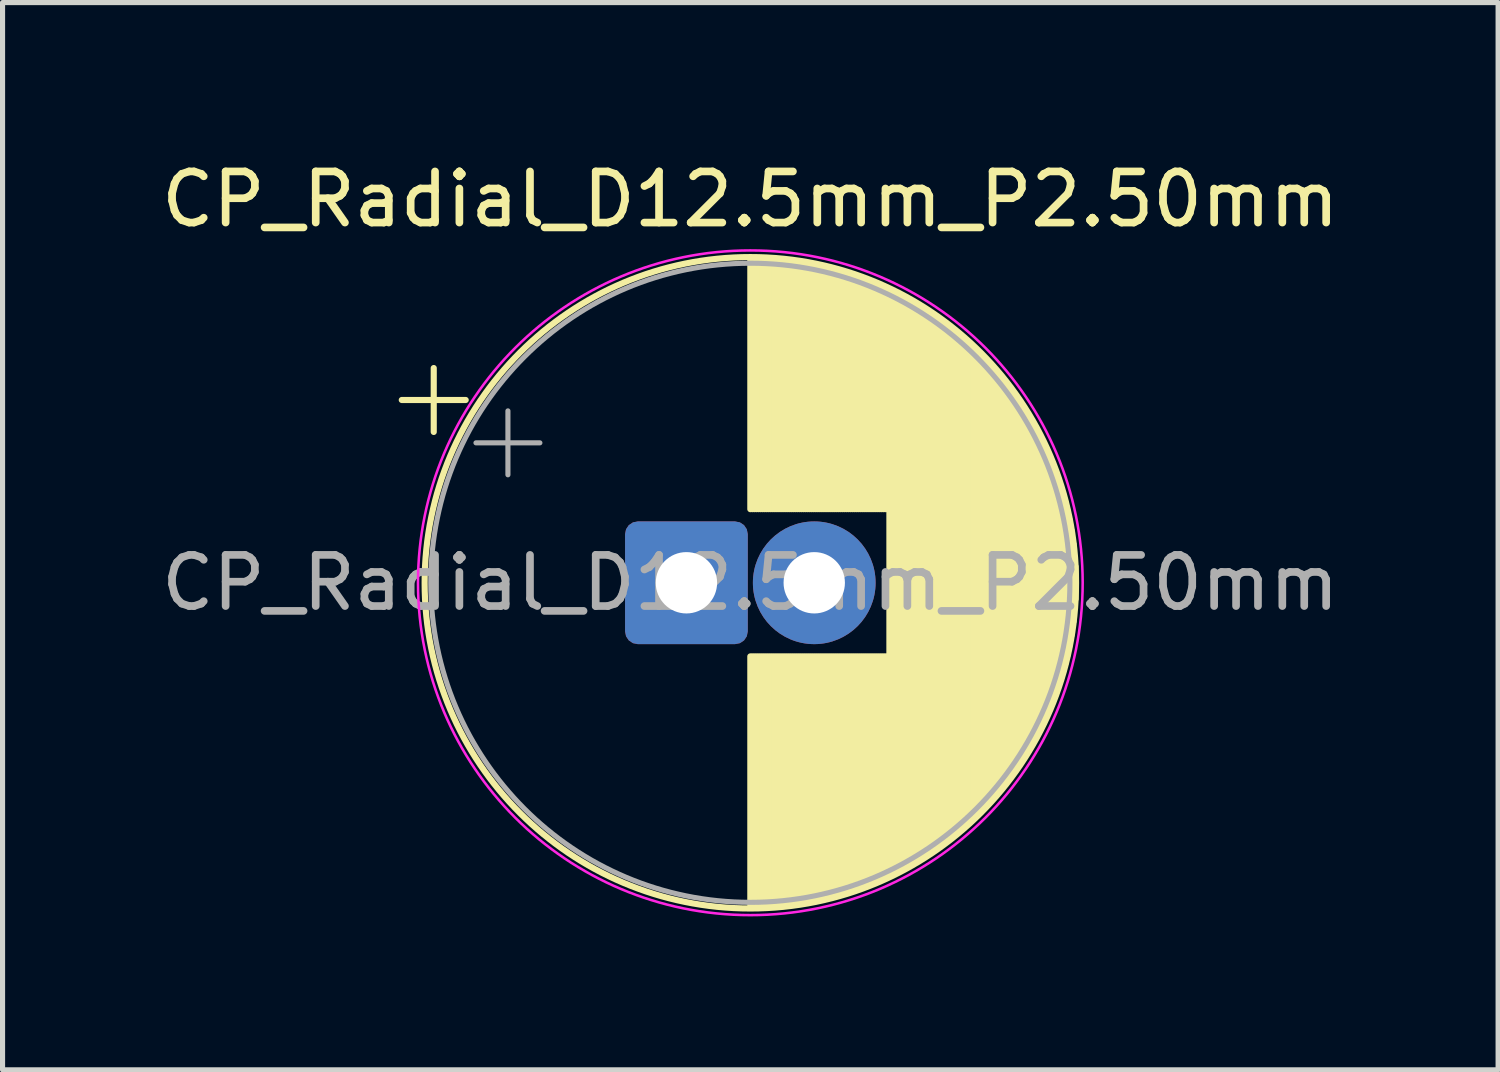
<source format=kicad_pcb>
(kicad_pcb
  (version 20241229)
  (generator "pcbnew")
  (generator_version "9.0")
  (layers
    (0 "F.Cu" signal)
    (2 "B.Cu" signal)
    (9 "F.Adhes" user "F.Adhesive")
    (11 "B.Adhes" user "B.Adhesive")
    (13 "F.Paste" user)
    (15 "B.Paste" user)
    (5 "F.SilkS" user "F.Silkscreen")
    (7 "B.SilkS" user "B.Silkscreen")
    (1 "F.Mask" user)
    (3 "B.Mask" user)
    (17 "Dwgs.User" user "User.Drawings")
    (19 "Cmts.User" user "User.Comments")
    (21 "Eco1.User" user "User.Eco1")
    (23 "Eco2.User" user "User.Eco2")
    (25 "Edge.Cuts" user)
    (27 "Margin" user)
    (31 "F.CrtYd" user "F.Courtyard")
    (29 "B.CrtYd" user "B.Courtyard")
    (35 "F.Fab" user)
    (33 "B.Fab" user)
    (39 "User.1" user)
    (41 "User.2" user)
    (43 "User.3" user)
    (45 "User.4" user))
  (footprint "CP_Radial_D12.5mm_P2.50mm"
    (layer "F.Cu")
    (at 10.375 8.348)
    (property "Reference" "CP_Radial_D12.5mm_P2.50mm" (at 1.25 -7.5 0) (layer "F.SilkS") (effects (font (size 1 1) (thickness 0.15))))
    (attr through_hole)
    (fp_line (start -5.567 -3.575) (end -4.317 -3.575) (stroke (width 0.12) (type solid)) (layer "F.SilkS"))
    (fp_line (start -4.942 -4.2) (end -4.942 -2.95) (stroke (width 0.12) (type solid)) (layer "F.SilkS"))
    (fp_line (start 1.25 -6.33) (end 1.25 -1.44) (stroke (width 0.12) (type solid)) (layer "F.SilkS"))
    (fp_line (start 1.25 1.44) (end 1.25 6.33) (stroke (width 0.12) (type solid)) (layer "F.SilkS"))
    (fp_line (start 1.29 -6.33) (end 1.29 -1.44) (stroke (width 0.12) (type solid)) (layer "F.SilkS"))
    (fp_line (start 1.29 1.44) (end 1.29 6.33) (stroke (width 0.12) (type solid)) (layer "F.SilkS"))
    (fp_line (start 1.33 -6.329) (end 1.33 -1.44) (stroke (width 0.12) (type solid)) (layer "F.SilkS"))
    (fp_line (start 1.33 1.44) (end 1.33 6.329) (stroke (width 0.12) (type solid)) (layer "F.SilkS"))
    (fp_line (start 1.37 -6.329) (end 1.37 -1.44) (stroke (width 0.12) (type solid)) (layer "F.SilkS"))
    (fp_line (start 1.37 1.44) (end 1.37 6.329) (stroke (width 0.12) (type solid)) (layer "F.SilkS"))
    (fp_line (start 1.41 -6.328) (end 1.41 -1.44) (stroke (width 0.12) (type solid)) (layer "F.SilkS"))
    (fp_line (start 1.41 1.44) (end 1.41 6.328) (stroke (width 0.12) (type solid)) (layer "F.SilkS"))
    (fp_line (start 1.45 -6.327) (end 1.45 -1.44) (stroke (width 0.12) (type solid)) (layer "F.SilkS"))
    (fp_line (start 1.45 1.44) (end 1.45 6.327) (stroke (width 0.12) (type solid)) (layer "F.SilkS"))
    (fp_line (start 1.49 -6.325) (end 1.49 -1.44) (stroke (width 0.12) (type solid)) (layer "F.SilkS"))
    (fp_line (start 1.49 1.44) (end 1.49 6.325) (stroke (width 0.12) (type solid)) (layer "F.SilkS"))
    (fp_line (start 1.53 -6.324) (end 1.53 -1.44) (stroke (width 0.12) (type solid)) (layer "F.SilkS"))
    (fp_line (start 1.53 1.44) (end 1.53 6.324) (stroke (width 0.12) (type solid)) (layer "F.SilkS"))
    (fp_line (start 1.57 -6.322) (end 1.57 -1.44) (stroke (width 0.12) (type solid)) (layer "F.SilkS"))
    (fp_line (start 1.57 1.44) (end 1.57 6.322) (stroke (width 0.12) (type solid)) (layer "F.SilkS"))
    (fp_line (start 1.61 -6.32) (end 1.61 -1.44) (stroke (width 0.12) (type solid)) (layer "F.SilkS"))
    (fp_line (start 1.61 1.44) (end 1.61 6.32) (stroke (width 0.12) (type solid)) (layer "F.SilkS"))
    (fp_line (start 1.65 -6.317) (end 1.65 -1.44) (stroke (width 0.12) (type solid)) (layer "F.SilkS"))
    (fp_line (start 1.65 1.44) (end 1.65 6.317) (stroke (width 0.12) (type solid)) (layer "F.SilkS"))
    (fp_line (start 1.69 -6.315) (end 1.69 -1.44) (stroke (width 0.12) (type solid)) (layer "F.SilkS"))
    (fp_line (start 1.69 1.44) (end 1.69 6.315) (stroke (width 0.12) (type solid)) (layer "F.SilkS"))
    (fp_line (start 1.73 -6.312) (end 1.73 -1.44) (stroke (width 0.12) (type solid)) (layer "F.SilkS"))
    (fp_line (start 1.73 1.44) (end 1.73 6.312) (stroke (width 0.12) (type solid)) (layer "F.SilkS"))
    (fp_line (start 1.77 -6.309) (end 1.77 -1.44) (stroke (width 0.12) (type solid)) (layer "F.SilkS"))
    (fp_line (start 1.77 1.44) (end 1.77 6.309) (stroke (width 0.12) (type solid)) (layer "F.SilkS"))
    (fp_line (start 1.81 -6.305) (end 1.81 -1.44) (stroke (width 0.12) (type solid)) (layer "F.SilkS"))
    (fp_line (start 1.81 1.44) (end 1.81 6.305) (stroke (width 0.12) (type solid)) (layer "F.SilkS"))
    (fp_line (start 1.85 -6.302) (end 1.85 -1.44) (stroke (width 0.12) (type solid)) (layer "F.SilkS"))
    (fp_line (start 1.85 1.44) (end 1.85 6.302) (stroke (width 0.12) (type solid)) (layer "F.SilkS"))
    (fp_line (start 1.89 -6.298) (end 1.89 -1.44) (stroke (width 0.12) (type solid)) (layer "F.SilkS"))
    (fp_line (start 1.89 1.44) (end 1.89 6.298) (stroke (width 0.12) (type solid)) (layer "F.SilkS"))
    (fp_line (start 1.93 -6.294) (end 1.93 -1.44) (stroke (width 0.12) (type solid)) (layer "F.SilkS"))
    (fp_line (start 1.93 1.44) (end 1.93 6.294) (stroke (width 0.12) (type solid)) (layer "F.SilkS"))
    (fp_line (start 1.97 -6.289) (end 1.97 -1.44) (stroke (width 0.12) (type solid)) (layer "F.SilkS"))
    (fp_line (start 1.97 1.44) (end 1.97 6.289) (stroke (width 0.12) (type solid)) (layer "F.SilkS"))
    (fp_line (start 2.01 -6.284) (end 2.01 -1.44) (stroke (width 0.12) (type solid)) (layer "F.SilkS"))
    (fp_line (start 2.01 1.44) (end 2.01 6.284) (stroke (width 0.12) (type solid)) (layer "F.SilkS"))
    (fp_line (start 2.05 -6.28) (end 2.05 -1.44) (stroke (width 0.12) (type solid)) (layer "F.SilkS"))
    (fp_line (start 2.05 1.44) (end 2.05 6.28) (stroke (width 0.12) (type solid)) (layer "F.SilkS"))
    (fp_line (start 2.09 -6.274) (end 2.09 -1.44) (stroke (width 0.12) (type solid)) (layer "F.SilkS"))
    (fp_line (start 2.09 1.44) (end 2.09 6.274) (stroke (width 0.12) (type solid)) (layer "F.SilkS"))
    (fp_line (start 2.13 -6.269) (end 2.13 -1.44) (stroke (width 0.12) (type solid)) (layer "F.SilkS"))
    (fp_line (start 2.13 1.44) (end 2.13 6.269) (stroke (width 0.12) (type solid)) (layer "F.SilkS"))
    (fp_line (start 2.17 -6.263) (end 2.17 -1.44) (stroke (width 0.12) (type solid)) (layer "F.SilkS"))
    (fp_line (start 2.17 1.44) (end 2.17 6.263) (stroke (width 0.12) (type solid)) (layer "F.SilkS"))
    (fp_line (start 2.21 -6.257) (end 2.21 -1.44) (stroke (width 0.12) (type solid)) (layer "F.SilkS"))
    (fp_line (start 2.21 1.44) (end 2.21 6.257) (stroke (width 0.12) (type solid)) (layer "F.SilkS"))
    (fp_line (start 2.25 -6.251) (end 2.25 -1.44) (stroke (width 0.12) (type solid)) (layer "F.SilkS"))
    (fp_line (start 2.25 1.44) (end 2.25 6.251) (stroke (width 0.12) (type solid)) (layer "F.SilkS"))
    (fp_line (start 2.29 -6.245) (end 2.29 -1.44) (stroke (width 0.12) (type solid)) (layer "F.SilkS"))
    (fp_line (start 2.29 1.44) (end 2.29 6.245) (stroke (width 0.12) (type solid)) (layer "F.SilkS"))
    (fp_line (start 2.33 -6.238) (end 2.33 -1.44) (stroke (width 0.12) (type solid)) (layer "F.SilkS"))
    (fp_line (start 2.33 1.44) (end 2.33 6.238) (stroke (width 0.12) (type solid)) (layer "F.SilkS"))
    (fp_line (start 2.37 -6.231) (end 2.37 -1.44) (stroke (width 0.12) (type solid)) (layer "F.SilkS"))
    (fp_line (start 2.37 1.44) (end 2.37 6.231) (stroke (width 0.12) (type solid)) (layer "F.SilkS"))
    (fp_line (start 2.41 -6.223) (end 2.41 -1.44) (stroke (width 0.12) (type solid)) (layer "F.SilkS"))
    (fp_line (start 2.41 1.44) (end 2.41 6.223) (stroke (width 0.12) (type solid)) (layer "F.SilkS"))
    (fp_line (start 2.45 -6.216) (end 2.45 -1.44) (stroke (width 0.12) (type solid)) (layer "F.SilkS"))
    (fp_line (start 2.45 1.44) (end 2.45 6.216) (stroke (width 0.12) (type solid)) (layer "F.SilkS"))
    (fp_line (start 2.49 -6.208) (end 2.49 -1.44) (stroke (width 0.12) (type solid)) (layer "F.SilkS"))
    (fp_line (start 2.49 1.44) (end 2.49 6.208) (stroke (width 0.12) (type solid)) (layer "F.SilkS"))
    (fp_line (start 2.53 -6.2) (end 2.53 -1.44) (stroke (width 0.12) (type solid)) (layer "F.SilkS"))
    (fp_line (start 2.53 1.44) (end 2.53 6.2) (stroke (width 0.12) (type solid)) (layer "F.SilkS"))
    (fp_line (start 2.57 -6.192) (end 2.57 -1.44) (stroke (width 0.12) (type solid)) (layer "F.SilkS"))
    (fp_line (start 2.57 1.44) (end 2.57 6.192) (stroke (width 0.12) (type solid)) (layer "F.SilkS"))
    (fp_line (start 2.61 -6.183) (end 2.61 -1.44) (stroke (width 0.12) (type solid)) (layer "F.SilkS"))
    (fp_line (start 2.61 1.44) (end 2.61 6.183) (stroke (width 0.12) (type solid)) (layer "F.SilkS"))
    (fp_line (start 2.65 -6.174) (end 2.65 -1.44) (stroke (width 0.12) (type solid)) (layer "F.SilkS"))
    (fp_line (start 2.65 1.44) (end 2.65 6.174) (stroke (width 0.12) (type solid)) (layer "F.SilkS"))
    (fp_line (start 2.69 -6.165) (end 2.69 -1.44) (stroke (width 0.12) (type solid)) (layer "F.SilkS"))
    (fp_line (start 2.69 1.44) (end 2.69 6.165) (stroke (width 0.12) (type solid)) (layer "F.SilkS"))
    (fp_line (start 2.73 -6.156) (end 2.73 -1.44) (stroke (width 0.12) (type solid)) (layer "F.SilkS"))
    (fp_line (start 2.73 1.44) (end 2.73 6.156) (stroke (width 0.12) (type solid)) (layer "F.SilkS"))
    (fp_line (start 2.77 -6.146) (end 2.77 -1.44) (stroke (width 0.12) (type solid)) (layer "F.SilkS"))
    (fp_line (start 2.77 1.44) (end 2.77 6.146) (stroke (width 0.12) (type solid)) (layer "F.SilkS"))
    (fp_line (start 2.81 -6.136) (end 2.81 -1.44) (stroke (width 0.12) (type solid)) (layer "F.SilkS"))
    (fp_line (start 2.81 1.44) (end 2.81 6.136) (stroke (width 0.12) (type solid)) (layer "F.SilkS"))
    (fp_line (start 2.85 -6.126) (end 2.85 -1.44) (stroke (width 0.12) (type solid)) (layer "F.SilkS"))
    (fp_line (start 2.85 1.44) (end 2.85 6.126) (stroke (width 0.12) (type solid)) (layer "F.SilkS"))
    (fp_line (start 2.89 -6.115) (end 2.89 -1.44) (stroke (width 0.12) (type solid)) (layer "F.SilkS"))
    (fp_line (start 2.89 1.44) (end 2.89 6.115) (stroke (width 0.12) (type solid)) (layer "F.SilkS"))
    (fp_line (start 2.93 -6.104) (end 2.93 -1.44) (stroke (width 0.12) (type solid)) (layer "F.SilkS"))
    (fp_line (start 2.93 1.44) (end 2.93 6.104) (stroke (width 0.12) (type solid)) (layer "F.SilkS"))
    (fp_line (start 2.97 -6.093) (end 2.97 -1.44) (stroke (width 0.12) (type solid)) (layer "F.SilkS"))
    (fp_line (start 2.97 1.44) (end 2.97 6.093) (stroke (width 0.12) (type solid)) (layer "F.SilkS"))
    (fp_line (start 3.01 -6.082) (end 3.01 -1.44) (stroke (width 0.12) (type solid)) (layer "F.SilkS"))
    (fp_line (start 3.01 1.44) (end 3.01 6.082) (stroke (width 0.12) (type solid)) (layer "F.SilkS"))
    (fp_line (start 3.05 -6.07) (end 3.05 -1.44) (stroke (width 0.12) (type solid)) (layer "F.SilkS"))
    (fp_line (start 3.05 1.44) (end 3.05 6.07) (stroke (width 0.12) (type solid)) (layer "F.SilkS"))
    (fp_line (start 3.09 -6.058) (end 3.09 -1.44) (stroke (width 0.12) (type solid)) (layer "F.SilkS"))
    (fp_line (start 3.09 1.44) (end 3.09 6.058) (stroke (width 0.12) (type solid)) (layer "F.SilkS"))
    (fp_line (start 3.13 -6.046) (end 3.13 -1.44) (stroke (width 0.12) (type solid)) (layer "F.SilkS"))
    (fp_line (start 3.13 1.44) (end 3.13 6.046) (stroke (width 0.12) (type solid)) (layer "F.SilkS"))
    (fp_line (start 3.17 -6.034) (end 3.17 -1.44) (stroke (width 0.12) (type solid)) (layer "F.SilkS"))
    (fp_line (start 3.17 1.44) (end 3.17 6.034) (stroke (width 0.12) (type solid)) (layer "F.SilkS"))
    (fp_line (start 3.21 -6.021) (end 3.21 -1.44) (stroke (width 0.12) (type solid)) (layer "F.SilkS"))
    (fp_line (start 3.21 1.44) (end 3.21 6.021) (stroke (width 0.12) (type solid)) (layer "F.SilkS"))
    (fp_line (start 3.25 -6.008) (end 3.25 -1.44) (stroke (width 0.12) (type solid)) (layer "F.SilkS"))
    (fp_line (start 3.25 1.44) (end 3.25 6.008) (stroke (width 0.12) (type solid)) (layer "F.SilkS"))
    (fp_line (start 3.29 -5.995) (end 3.29 -1.44) (stroke (width 0.12) (type solid)) (layer "F.SilkS"))
    (fp_line (start 3.29 1.44) (end 3.29 5.995) (stroke (width 0.12) (type solid)) (layer "F.SilkS"))
    (fp_line (start 3.33 -5.981) (end 3.33 -1.44) (stroke (width 0.12) (type solid)) (layer "F.SilkS"))
    (fp_line (start 3.33 1.44) (end 3.33 5.981) (stroke (width 0.12) (type solid)) (layer "F.SilkS"))
    (fp_line (start 3.37 -5.967) (end 3.37 -1.44) (stroke (width 0.12) (type solid)) (layer "F.SilkS"))
    (fp_line (start 3.37 1.44) (end 3.37 5.967) (stroke (width 0.12) (type solid)) (layer "F.SilkS"))
    (fp_line (start 3.41 -5.953) (end 3.41 -1.44) (stroke (width 0.12) (type solid)) (layer "F.SilkS"))
    (fp_line (start 3.41 1.44) (end 3.41 5.953) (stroke (width 0.12) (type solid)) (layer "F.SilkS"))
    (fp_line (start 3.45 -5.938) (end 3.45 -1.44) (stroke (width 0.12) (type solid)) (layer "F.SilkS"))
    (fp_line (start 3.45 1.44) (end 3.45 5.938) (stroke (width 0.12) (type solid)) (layer "F.SilkS"))
    (fp_line (start 3.49 -5.923) (end 3.49 -1.44) (stroke (width 0.12) (type solid)) (layer "F.SilkS"))
    (fp_line (start 3.49 1.44) (end 3.49 5.923) (stroke (width 0.12) (type solid)) (layer "F.SilkS"))
    (fp_line (start 3.53 -5.908) (end 3.53 -1.44) (stroke (width 0.12) (type solid)) (layer "F.SilkS"))
    (fp_line (start 3.53 1.44) (end 3.53 5.908) (stroke (width 0.12) (type solid)) (layer "F.SilkS"))
    (fp_line (start 3.57 -5.892) (end 3.57 -1.44) (stroke (width 0.12) (type solid)) (layer "F.SilkS"))
    (fp_line (start 3.57 1.44) (end 3.57 5.892) (stroke (width 0.12) (type solid)) (layer "F.SilkS"))
    (fp_line (start 3.61 -5.877) (end 3.61 -1.44) (stroke (width 0.12) (type solid)) (layer "F.SilkS"))
    (fp_line (start 3.61 1.44) (end 3.61 5.877) (stroke (width 0.12) (type solid)) (layer "F.SilkS"))
    (fp_line (start 3.65 -5.861) (end 3.65 -1.44) (stroke (width 0.12) (type solid)) (layer "F.SilkS"))
    (fp_line (start 3.65 1.44) (end 3.65 5.861) (stroke (width 0.12) (type solid)) (layer "F.SilkS"))
    (fp_line (start 3.69 -5.844) (end 3.69 -1.44) (stroke (width 0.12) (type solid)) (layer "F.SilkS"))
    (fp_line (start 3.69 1.44) (end 3.69 5.844) (stroke (width 0.12) (type solid)) (layer "F.SilkS"))
    (fp_line (start 3.73 -5.827) (end 3.73 -1.44) (stroke (width 0.12) (type solid)) (layer "F.SilkS"))
    (fp_line (start 3.73 1.44) (end 3.73 5.827) (stroke (width 0.12) (type solid)) (layer "F.SilkS"))
    (fp_line (start 3.77 -5.81) (end 3.77 -1.44) (stroke (width 0.12) (type solid)) (layer "F.SilkS"))
    (fp_line (start 3.77 1.44) (end 3.77 5.81) (stroke (width 0.12) (type solid)) (layer "F.SilkS"))
    (fp_line (start 3.81 -5.793) (end 3.81 -1.44) (stroke (width 0.12) (type solid)) (layer "F.SilkS"))
    (fp_line (start 3.81 1.44) (end 3.81 5.793) (stroke (width 0.12) (type solid)) (layer "F.SilkS"))
    (fp_line (start 3.85 -5.775) (end 3.85 -1.44) (stroke (width 0.12) (type solid)) (layer "F.SilkS"))
    (fp_line (start 3.85 1.44) (end 3.85 5.775) (stroke (width 0.12) (type solid)) (layer "F.SilkS"))
    (fp_line (start 3.89 -5.757) (end 3.89 -1.44) (stroke (width 0.12) (type solid)) (layer "F.SilkS"))
    (fp_line (start 3.89 1.44) (end 3.89 5.757) (stroke (width 0.12) (type solid)) (layer "F.SilkS"))
    (fp_line (start 3.93 -5.739) (end 3.93 -1.44) (stroke (width 0.12) (type solid)) (layer "F.SilkS"))
    (fp_line (start 3.93 1.44) (end 3.93 5.739) (stroke (width 0.12) (type solid)) (layer "F.SilkS"))
    (fp_line (start 3.97 -5.72) (end 3.97 5.72) (stroke (width 0.12) (type solid)) (layer "F.SilkS"))
    (fp_line (start 4.01 -5.701) (end 4.01 5.701) (stroke (width 0.12) (type solid)) (layer "F.SilkS"))
    (fp_line (start 4.05 -5.682) (end 4.05 5.682) (stroke (width 0.12) (type solid)) (layer "F.SilkS"))
    (fp_line (start 4.09 -5.662) (end 4.09 5.662) (stroke (width 0.12) (type solid)) (layer "F.SilkS"))
    (fp_line (start 4.13 -5.642) (end 4.13 5.642) (stroke (width 0.12) (type solid)) (layer "F.SilkS"))
    (fp_line (start 4.17 -5.621) (end 4.17 5.621) (stroke (width 0.12) (type solid)) (layer "F.SilkS"))
    (fp_line (start 4.21 -5.601) (end 4.21 5.601) (stroke (width 0.12) (type solid)) (layer "F.SilkS"))
    (fp_line (start 4.25 -5.579) (end 4.25 5.579) (stroke (width 0.12) (type solid)) (layer "F.SilkS"))
    (fp_line (start 4.29 -5.558) (end 4.29 5.558) (stroke (width 0.12) (type solid)) (layer "F.SilkS"))
    (fp_line (start 4.33 -5.536) (end 4.33 5.536) (stroke (width 0.12) (type solid)) (layer "F.SilkS"))
    (fp_line (start 4.37 -5.514) (end 4.37 5.514) (stroke (width 0.12) (type solid)) (layer "F.SilkS"))
    (fp_line (start 4.41 -5.491) (end 4.41 5.491) (stroke (width 0.12) (type solid)) (layer "F.SilkS"))
    (fp_line (start 4.45 -5.468) (end 4.45 5.468) (stroke (width 0.12) (type solid)) (layer "F.SilkS"))
    (fp_line (start 4.49 -5.444) (end 4.49 5.444) (stroke (width 0.12) (type solid)) (layer "F.SilkS"))
    (fp_line (start 4.53 -5.421) (end 4.53 5.421) (stroke (width 0.12) (type solid)) (layer "F.SilkS"))
    (fp_line (start 4.57 -5.396) (end 4.57 5.396) (stroke (width 0.12) (type solid)) (layer "F.SilkS"))
    (fp_line (start 4.61 -5.372) (end 4.61 5.372) (stroke (width 0.12) (type solid)) (layer "F.SilkS"))
    (fp_line (start 4.65 -5.347) (end 4.65 5.347) (stroke (width 0.12) (type solid)) (layer "F.SilkS"))
    (fp_line (start 4.69 -5.321) (end 4.69 5.321) (stroke (width 0.12) (type solid)) (layer "F.SilkS"))
    (fp_line (start 4.73 -5.295) (end 4.73 5.295) (stroke (width 0.12) (type solid)) (layer "F.SilkS"))
    (fp_line (start 4.77 -5.269) (end 4.77 5.269) (stroke (width 0.12) (type solid)) (layer "F.SilkS"))
    (fp_line (start 4.81 -5.242) (end 4.81 5.242) (stroke (width 0.12) (type solid)) (layer "F.SilkS"))
    (fp_line (start 4.85 -5.215) (end 4.85 5.215) (stroke (width 0.12) (type solid)) (layer "F.SilkS"))
    (fp_line (start 4.89 -5.188) (end 4.89 5.188) (stroke (width 0.12) (type solid)) (layer "F.SilkS"))
    (fp_line (start 4.93 -5.159) (end 4.93 5.159) (stroke (width 0.12) (type solid)) (layer "F.SilkS"))
    (fp_line (start 4.97 -5.131) (end 4.97 5.131) (stroke (width 0.12) (type solid)) (layer "F.SilkS"))
    (fp_line (start 5.01 -5.102) (end 5.01 5.102) (stroke (width 0.12) (type solid)) (layer "F.SilkS"))
    (fp_line (start 5.05 -5.072) (end 5.05 5.072) (stroke (width 0.12) (type solid)) (layer "F.SilkS"))
    (fp_line (start 5.09 -5.042) (end 5.09 5.042) (stroke (width 0.12) (type solid)) (layer "F.SilkS"))
    (fp_line (start 5.13 -5.012) (end 5.13 5.012) (stroke (width 0.12) (type solid)) (layer "F.SilkS"))
    (fp_line (start 5.17 -4.981) (end 5.17 4.981) (stroke (width 0.12) (type solid)) (layer "F.SilkS"))
    (fp_line (start 5.21 -4.95) (end 5.21 4.95) (stroke (width 0.12) (type solid)) (layer "F.SilkS"))
    (fp_line (start 5.25 -4.918) (end 5.25 4.918) (stroke (width 0.12) (type solid)) (layer "F.SilkS"))
    (fp_line (start 5.29 -4.885) (end 5.29 4.885) (stroke (width 0.12) (type solid)) (layer "F.SilkS"))
    (fp_line (start 5.33 -4.852) (end 5.33 4.852) (stroke (width 0.12) (type solid)) (layer "F.SilkS"))
    (fp_line (start 5.37 -4.818) (end 5.37 4.818) (stroke (width 0.12) (type solid)) (layer "F.SilkS"))
    (fp_line (start 5.41 -4.784) (end 5.41 4.784) (stroke (width 0.12) (type solid)) (layer "F.SilkS"))
    (fp_line (start 5.45 -4.749) (end 5.45 4.749) (stroke (width 0.12) (type solid)) (layer "F.SilkS"))
    (fp_line (start 5.49 -4.714) (end 5.49 4.714) (stroke (width 0.12) (type solid)) (layer "F.SilkS"))
    (fp_line (start 5.53 -4.678) (end 5.53 4.678) (stroke (width 0.12) (type solid)) (layer "F.SilkS"))
    (fp_line (start 5.57 -4.641) (end 5.57 4.641) (stroke (width 0.12) (type solid)) (layer "F.SilkS"))
    (fp_line (start 5.61 -4.604) (end 5.61 4.604) (stroke (width 0.12) (type solid)) (layer "F.SilkS"))
    (fp_line (start 5.65 -4.566) (end 5.65 4.566) (stroke (width 0.12) (type solid)) (layer "F.SilkS"))
    (fp_line (start 5.69 -4.528) (end 5.69 4.528) (stroke (width 0.12) (type solid)) (layer "F.SilkS"))
    (fp_line (start 5.73 -4.488) (end 5.73 4.488) (stroke (width 0.12) (type solid)) (layer "F.SilkS"))
    (fp_line (start 5.77 -4.448) (end 5.77 4.448) (stroke (width 0.12) (type solid)) (layer "F.SilkS"))
    (fp_line (start 5.81 -4.408) (end 5.81 4.408) (stroke (width 0.12) (type solid)) (layer "F.SilkS"))
    (fp_line (start 5.85 -4.366) (end 5.85 4.366) (stroke (width 0.12) (type solid)) (layer "F.SilkS"))
    (fp_line (start 5.89 -4.324) (end 5.89 4.324) (stroke (width 0.12) (type solid)) (layer "F.SilkS"))
    (fp_line (start 5.93 -4.281) (end 5.93 4.281) (stroke (width 0.12) (type solid)) (layer "F.SilkS"))
    (fp_line (start 5.97 -4.238) (end 5.97 4.238) (stroke (width 0.12) (type solid)) (layer "F.SilkS"))
    (fp_line (start 6.01 -4.193) (end 6.01 4.193) (stroke (width 0.12) (type solid)) (layer "F.SilkS"))
    (fp_line (start 6.05 -4.148) (end 6.05 4.148) (stroke (width 0.12) (type solid)) (layer "F.SilkS"))
    (fp_line (start 6.09 -4.101) (end 6.09 4.101) (stroke (width 0.12) (type solid)) (layer "F.SilkS"))
    (fp_line (start 6.13 -4.054) (end 6.13 4.054) (stroke (width 0.12) (type solid)) (layer "F.SilkS"))
    (fp_line (start 6.17 -4.006) (end 6.17 4.006) (stroke (width 0.12) (type solid)) (layer "F.SilkS"))
    (fp_line (start 6.21 -3.957) (end 6.21 3.957) (stroke (width 0.12) (type solid)) (layer "F.SilkS"))
    (fp_line (start 6.25 -3.907) (end 6.25 3.907) (stroke (width 0.12) (type solid)) (layer "F.SilkS"))
    (fp_line (start 6.29 -3.856) (end 6.29 3.856) (stroke (width 0.12) (type solid)) (layer "F.SilkS"))
    (fp_line (start 6.33 -3.803) (end 6.33 3.803) (stroke (width 0.12) (type solid)) (layer "F.SilkS"))
    (fp_line (start 6.37 -3.75) (end 6.37 3.75) (stroke (width 0.12) (type solid)) (layer "F.SilkS"))
    (fp_line (start 6.41 -3.695) (end 6.41 3.695) (stroke (width 0.12) (type solid)) (layer "F.SilkS"))
    (fp_line (start 6.45 -3.639) (end 6.45 3.639) (stroke (width 0.12) (type solid)) (layer "F.SilkS"))
    (fp_line (start 6.49 -3.582) (end 6.49 3.582) (stroke (width 0.12) (type solid)) (layer "F.SilkS"))
    (fp_line (start 6.53 -3.523) (end 6.53 3.523) (stroke (width 0.12) (type solid)) (layer "F.SilkS"))
    (fp_line (start 6.57 -3.463) (end 6.57 3.463) (stroke (width 0.12) (type solid)) (layer "F.SilkS"))
    (fp_line (start 6.61 -3.402) (end 6.61 3.402) (stroke (width 0.12) (type solid)) (layer "F.SilkS"))
    (fp_line (start 6.65 -3.339) (end 6.65 3.339) (stroke (width 0.12) (type solid)) (layer "F.SilkS"))
    (fp_line (start 6.69 -3.274) (end 6.69 3.274) (stroke (width 0.12) (type solid)) (layer "F.SilkS"))
    (fp_line (start 6.73 -3.208) (end 6.73 3.208) (stroke (width 0.12) (type solid)) (layer "F.SilkS"))
    (fp_line (start 6.77 -3.139) (end 6.77 3.139) (stroke (width 0.12) (type solid)) (layer "F.SilkS"))
    (fp_line (start 6.81 -3.069) (end 6.81 3.069) (stroke (width 0.12) (type solid)) (layer "F.SilkS"))
    (fp_line (start 6.85 -2.996) (end 6.85 2.996) (stroke (width 0.12) (type solid)) (layer "F.SilkS"))
    (fp_line (start 6.89 -2.921) (end 6.89 2.921) (stroke (width 0.12) (type solid)) (layer "F.SilkS"))
    (fp_line (start 6.93 -2.843) (end 6.93 2.843) (stroke (width 0.12) (type solid)) (layer "F.SilkS"))
    (fp_line (start 6.97 -2.763) (end 6.97 2.763) (stroke (width 0.12) (type solid)) (layer "F.SilkS"))
    (fp_line (start 7.01 -2.68) (end 7.01 2.68) (stroke (width 0.12) (type solid)) (layer "F.SilkS"))
    (fp_line (start 7.05 -2.594) (end 7.05 2.594) (stroke (width 0.12) (type solid)) (layer "F.SilkS"))
    (fp_line (start 7.09 -2.504) (end 7.09 2.504) (stroke (width 0.12) (type solid)) (layer "F.SilkS"))
    (fp_line (start 7.13 -2.41) (end 7.13 2.41) (stroke (width 0.12) (type solid)) (layer "F.SilkS"))
    (fp_line (start 7.17 -2.312) (end 7.17 2.312) (stroke (width 0.12) (type solid)) (layer "F.SilkS"))
    (fp_line (start 7.21 -2.208) (end 7.21 2.208) (stroke (width 0.12) (type solid)) (layer "F.SilkS"))
    (fp_line (start 7.25 -2.099) (end 7.25 2.099) (stroke (width 0.12) (type solid)) (layer "F.SilkS"))
    (fp_line (start 7.29 -1.984) (end 7.29 1.984) (stroke (width 0.12) (type solid)) (layer "F.SilkS"))
    (fp_line (start 7.33 -1.86) (end 7.33 1.86) (stroke (width 0.12) (type solid)) (layer "F.SilkS"))
    (fp_line (start 7.37 -1.727) (end 7.37 1.727) (stroke (width 0.12) (type solid)) (layer "F.SilkS"))
    (fp_line (start 7.41 -1.582) (end 7.41 1.582) (stroke (width 0.12) (type solid)) (layer "F.SilkS"))
    (fp_line (start 7.45 -1.422) (end 7.45 1.422) (stroke (width 0.12) (type solid)) (layer "F.SilkS"))
    (fp_line (start 7.49 -1.24) (end 7.49 1.24) (stroke (width 0.12) (type solid)) (layer "F.SilkS"))
    (fp_line (start 7.53 -1.027) (end 7.53 1.027) (stroke (width 0.12) (type solid)) (layer "F.SilkS"))
    (fp_line (start 7.57 -0.757) (end 7.57 0.757) (stroke (width 0.12) (type solid)) (layer "F.SilkS"))
    (fp_line (start 7.61 -0.317) (end 7.61 0.317) (stroke (width 0.12) (type solid)) (layer "F.SilkS"))
    (fp_circle (center 1.25 0) (end 7.62 0) (stroke (width 0.12) (type solid)) (fill no) (layer "F.SilkS"))
    (fp_circle (center 1.25 0) (end 7.75 0) (stroke (width 0.05) (type solid)) (fill no) (layer "F.CrtYd"))
    (fp_line (start -4.116 -2.737) (end -2.866 -2.737) (stroke (width 0.1) (type solid)) (layer "F.Fab"))
    (fp_line (start -3.491 -3.362) (end -3.491 -2.112) (stroke (width 0.1) (type solid)) (layer "F.Fab"))
    (fp_circle (center 1.25 0) (end 7.5 0) (stroke (width 0.1) (type solid)) (fill no) (layer "F.Fab"))
    (fp_text user "${REFERENCE}" (at 1.25 0 0) (layer "F.Fab") (effects (font (size 1 1) (thickness 0.15))))
    (pad "1" thru_hole roundrect (at 0 0) (size 2.4 2.4) (drill 1.2) (layers "*.Cu" "*.Mask") (roundrect_rratio 0.104))
    (pad "2" thru_hole circle (at 2.5 0) (size 2.4 2.4) (drill 1.2) (layers "*.Cu" "*.Mask")))
  (gr_rect
    (start -3 -3)
    (end 26.25 17.873)
    (stroke (width 0.1) (type default))
    (fill no)
    (layer "Edge.Cuts")))
</source>
